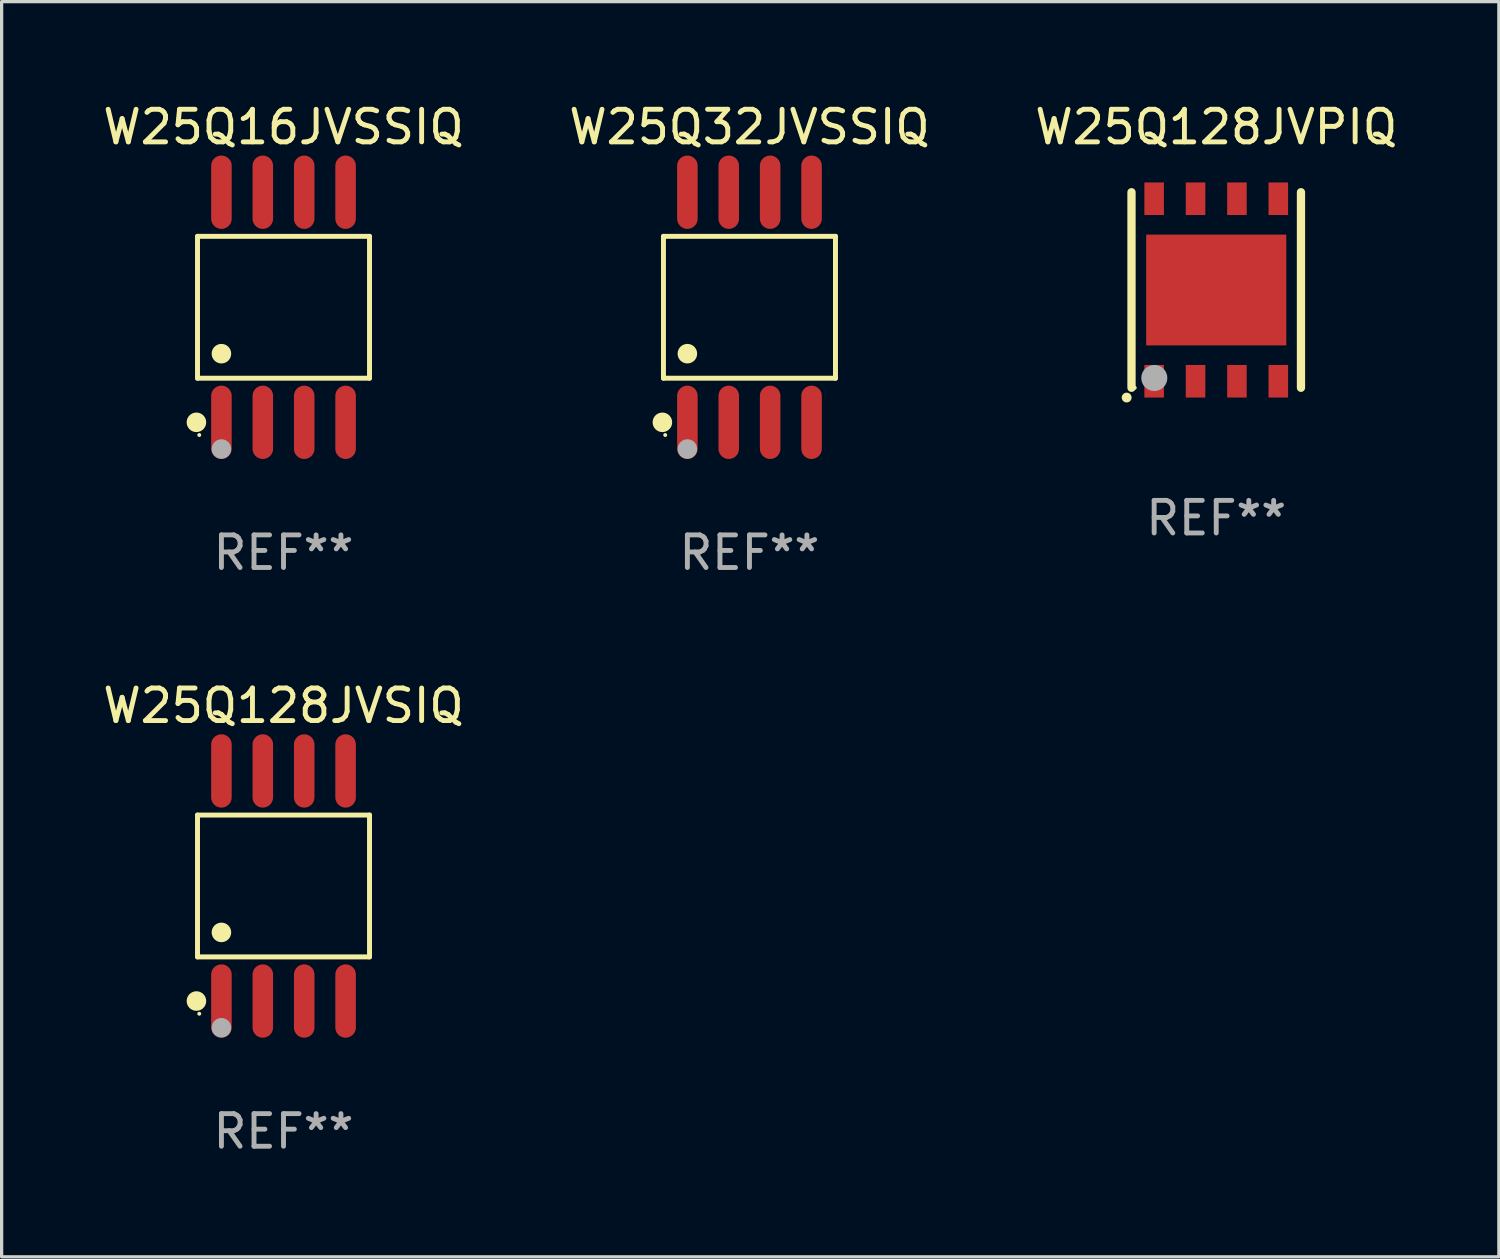
<source format=kicad_pcb>
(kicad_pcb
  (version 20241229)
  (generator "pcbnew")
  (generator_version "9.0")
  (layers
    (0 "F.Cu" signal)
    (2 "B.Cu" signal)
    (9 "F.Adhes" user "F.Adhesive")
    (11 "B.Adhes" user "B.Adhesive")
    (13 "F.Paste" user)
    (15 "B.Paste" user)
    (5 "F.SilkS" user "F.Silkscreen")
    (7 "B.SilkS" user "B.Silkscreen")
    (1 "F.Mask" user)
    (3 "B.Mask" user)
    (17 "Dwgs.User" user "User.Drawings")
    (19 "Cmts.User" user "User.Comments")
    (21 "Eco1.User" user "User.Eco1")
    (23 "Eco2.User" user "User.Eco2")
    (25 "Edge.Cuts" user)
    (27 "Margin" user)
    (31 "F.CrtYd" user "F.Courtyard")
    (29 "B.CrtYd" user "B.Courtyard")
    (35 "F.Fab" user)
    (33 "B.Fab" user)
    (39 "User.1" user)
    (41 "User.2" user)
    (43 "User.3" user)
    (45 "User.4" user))
  (footprint "W25Q16JVSSIQ"
    (layer "F.Cu")
    (at 5.649 6.378)
    (property "Reference" "W25Q16JVSSIQ" (at 0 -5.53 0) (layer "F.SilkS") (effects (font (size 1 1) (thickness 0.15))))
    (attr through_hole)
    (fp_line (start -2.639 -2.176) (end 2.639 -2.176) (stroke (width 0.152) (type solid)) (layer "F.SilkS"))
    (fp_line (start -2.639 2.176) (end -2.639 -2.176) (stroke (width 0.152) (type solid)) (layer "F.SilkS"))
    (fp_line (start 2.639 -2.176) (end 2.639 2.176) (stroke (width 0.152) (type solid)) (layer "F.SilkS"))
    (fp_line (start 2.639 2.176) (end -2.639 2.176) (stroke (width 0.152) (type solid)) (layer "F.SilkS"))
    (fp_circle (center -2.672 3.53) (end -2.522 3.53) (stroke (width 0.3) (type solid)) (fill no) (layer "F.SilkS"))
    (fp_circle (center -2.585 3.92) (end -2.555 3.92) (stroke (width 0.06) (type solid)) (fill no) (layer "F.SilkS"))
    (fp_circle (center -1.905 1.424) (end -1.755 1.424) (stroke (width 0.3) (type solid)) (fill no) (layer "F.SilkS"))
    (fp_circle (center -1.905 4.35) (end -1.755 4.35) (stroke (width 0.3) (type solid)) (fill no) (layer "F.Fab"))
    (fp_text user "REF**" (at 0 7.53 0) (layer "F.Fab") (effects (font (size 1 1) (thickness 0.15))))
    (pad "1" smd oval (at -1.905 3.53) (size 0.63 2.25) (layers "F.Cu" "F.Mask" "F.Paste"))
    (pad "2" smd oval (at -0.635 3.53) (size 0.63 2.25) (layers "F.Cu" "F.Mask" "F.Paste"))
    (pad "3" smd oval (at 0.635 3.53) (size 0.63 2.25) (layers "F.Cu" "F.Mask" "F.Paste"))
    (pad "4" smd oval (at 1.905 3.53) (size 0.63 2.25) (layers "F.Cu" "F.Mask" "F.Paste"))
    (pad "5" smd oval (at 1.905 -3.53) (size 0.63 2.25) (layers "F.Cu" "F.Mask" "F.Paste"))
    (pad "6" smd oval (at 0.635 -3.53) (size 0.63 2.25) (layers "F.Cu" "F.Mask" "F.Paste"))
    (pad "7" smd oval (at -0.635 -3.53) (size 0.63 2.25) (layers "F.Cu" "F.Mask" "F.Paste"))
    (pad "8" smd oval (at -1.905 -3.53) (size 0.63 2.25) (layers "F.Cu" "F.Mask" "F.Paste")))
  (footprint "W25Q128JVPIQ"
    (layer "F.Cu")
    (at 34.268 5.848)
    (property "Reference" "W25Q128JVPIQ" (at 0 -5 0) (layer "F.SilkS") (effects (font (size 1 1) (thickness 0.15))))
    (attr through_hole)
    (fp_line (start -2.6 3) (end -2.6 -3) (stroke (width 0.254) (type solid)) (layer "F.SilkS"))
    (fp_line (start 2.6 3) (end 2.6 -3) (stroke (width 0.254) (type solid)) (layer "F.SilkS"))
    (fp_arc (start -2.74986 3.300127) (mid -2.74859 3.300122) (end -2.74732 3.300127) (stroke (width 0.3) (type solid)) (layer "F.SilkS"))
    (fp_circle (center -2.5 3) (end -2.47 3) (stroke (width 0.06) (type solid)) (fill no) (layer "F.SilkS"))
    (fp_circle (center -1.9 2.7) (end -1.7 2.7) (stroke (width 0.4) (type solid)) (fill no) (layer "F.Fab"))
    (fp_text user "REF**" (at 0 7 0) (layer "F.Fab") (effects (font (size 1 1) (thickness 0.15))))
    (pad "1" smd rect (at -1.905 2.8 180) (size 0.6 1) (layers "F.Cu" "F.Mask" "F.Paste"))
    (pad "2" smd rect (at -0.635 2.8 180) (size 0.6 1) (layers "F.Cu" "F.Mask" "F.Paste"))
    (pad "3" smd rect (at 0.635 2.8 180) (size 0.6 1) (layers "F.Cu" "F.Mask" "F.Paste"))
    (pad "4" smd rect (at 1.905 2.8 180) (size 0.6 1) (layers "F.Cu" "F.Mask" "F.Paste"))
    (pad "5" smd rect (at 1.905 -2.8) (size 0.6 1) (layers "F.Cu" "F.Mask" "F.Paste"))
    (pad "6" smd rect (at 0.635 -2.8) (size 0.6 1) (layers "F.Cu" "F.Mask" "F.Paste"))
    (pad "7" smd rect (at -0.635 -2.8) (size 0.6 1) (layers "F.Cu" "F.Mask" "F.Paste"))
    (pad "8" smd rect (at -1.905 -2.8) (size 0.6 1) (layers "F.Cu" "F.Mask" "F.Paste"))
    (pad "9" smd rect (at 0.000127 0.000127 180) (size 4.3 3.4) (layers "F.Cu" "F.Mask" "F.Paste")))
  (footprint "W25Q128JVSIQ"
    (layer "F.Cu")
    (at 5.649 24.135)
    (property "Reference" "W25Q128JVSIQ" (at 0 -5.53 0) (layer "F.SilkS") (effects (font (size 1 1) (thickness 0.15))))
    (attr through_hole)
    (fp_line (start -2.639 -2.176) (end 2.639 -2.176) (stroke (width 0.152) (type solid)) (layer "F.SilkS"))
    (fp_line (start -2.639 2.176) (end -2.639 -2.176) (stroke (width 0.152) (type solid)) (layer "F.SilkS"))
    (fp_line (start 2.639 -2.176) (end 2.639 2.176) (stroke (width 0.152) (type solid)) (layer "F.SilkS"))
    (fp_line (start 2.639 2.176) (end -2.639 2.176) (stroke (width 0.152) (type solid)) (layer "F.SilkS"))
    (fp_circle (center -2.672 3.53) (end -2.522 3.53) (stroke (width 0.3) (type solid)) (fill no) (layer "F.SilkS"))
    (fp_circle (center -2.585 3.92) (end -2.555 3.92) (stroke (width 0.06) (type solid)) (fill no) (layer "F.SilkS"))
    (fp_circle (center -1.905 1.424) (end -1.755 1.424) (stroke (width 0.3) (type solid)) (fill no) (layer "F.SilkS"))
    (fp_circle (center -1.905 4.35) (end -1.755 4.35) (stroke (width 0.3) (type solid)) (fill no) (layer "F.Fab"))
    (fp_text user "REF**" (at 0 7.53 0) (layer "F.Fab") (effects (font (size 1 1) (thickness 0.15))))
    (pad "1" smd oval (at -1.905 3.53) (size 0.63 2.25) (layers "F.Cu" "F.Mask" "F.Paste"))
    (pad "2" smd oval (at -0.635 3.53) (size 0.63 2.25) (layers "F.Cu" "F.Mask" "F.Paste"))
    (pad "3" smd oval (at 0.635 3.53) (size 0.63 2.25) (layers "F.Cu" "F.Mask" "F.Paste"))
    (pad "4" smd oval (at 1.905 3.53) (size 0.63 2.25) (layers "F.Cu" "F.Mask" "F.Paste"))
    (pad "5" smd oval (at 1.905 -3.53) (size 0.63 2.25) (layers "F.Cu" "F.Mask" "F.Paste"))
    (pad "6" smd oval (at 0.635 -3.53) (size 0.63 2.25) (layers "F.Cu" "F.Mask" "F.Paste"))
    (pad "7" smd oval (at -0.635 -3.53) (size 0.63 2.25) (layers "F.Cu" "F.Mask" "F.Paste"))
    (pad "8" smd oval (at -1.905 -3.53) (size 0.63 2.25) (layers "F.Cu" "F.Mask" "F.Paste")))
  (footprint "W25Q32JVSSIQ"
    (layer "F.Cu")
    (at 19.946 6.378)
    (property "Reference" "W25Q32JVSSIQ" (at 0 -5.53 0) (layer "F.SilkS") (effects (font (size 1 1) (thickness 0.15))))
    (attr through_hole)
    (fp_line (start -2.639 -2.176) (end 2.639 -2.176) (stroke (width 0.152) (type solid)) (layer "F.SilkS"))
    (fp_line (start -2.639 2.176) (end -2.639 -2.176) (stroke (width 0.152) (type solid)) (layer "F.SilkS"))
    (fp_line (start 2.639 -2.176) (end 2.639 2.176) (stroke (width 0.152) (type solid)) (layer "F.SilkS"))
    (fp_line (start 2.639 2.176) (end -2.639 2.176) (stroke (width 0.152) (type solid)) (layer "F.SilkS"))
    (fp_circle (center -2.672 3.53) (end -2.522 3.53) (stroke (width 0.3) (type solid)) (fill no) (layer "F.SilkS"))
    (fp_circle (center -2.585 3.92) (end -2.555 3.92) (stroke (width 0.06) (type solid)) (fill no) (layer "F.SilkS"))
    (fp_circle (center -1.905 1.424) (end -1.755 1.424) (stroke (width 0.3) (type solid)) (fill no) (layer "F.SilkS"))
    (fp_circle (center -1.905 4.35) (end -1.755 4.35) (stroke (width 0.3) (type solid)) (fill no) (layer "F.Fab"))
    (fp_text user "REF**" (at 0 7.53 0) (layer "F.Fab") (effects (font (size 1 1) (thickness 0.15))))
    (pad "1" smd oval (at -1.905 3.53) (size 0.63 2.25) (layers "F.Cu" "F.Mask" "F.Paste"))
    (pad "2" smd oval (at -0.635 3.53) (size 0.63 2.25) (layers "F.Cu" "F.Mask" "F.Paste"))
    (pad "3" smd oval (at 0.635 3.53) (size 0.63 2.25) (layers "F.Cu" "F.Mask" "F.Paste"))
    (pad "4" smd oval (at 1.905 3.53) (size 0.63 2.25) (layers "F.Cu" "F.Mask" "F.Paste"))
    (pad "5" smd oval (at 1.905 -3.53) (size 0.63 2.25) (layers "F.Cu" "F.Mask" "F.Paste"))
    (pad "6" smd oval (at 0.635 -3.53) (size 0.63 2.25) (layers "F.Cu" "F.Mask" "F.Paste"))
    (pad "7" smd oval (at -0.635 -3.53) (size 0.63 2.25) (layers "F.Cu" "F.Mask" "F.Paste"))
    (pad "8" smd oval (at -1.905 -3.53) (size 0.63 2.25) (layers "F.Cu" "F.Mask" "F.Paste")))
  (gr_rect
    (start -3 -3)
    (end 42.94 35.513)
    (stroke (width 0.1) (type default))
    (fill no)
    (layer "Edge.Cuts")))
</source>
